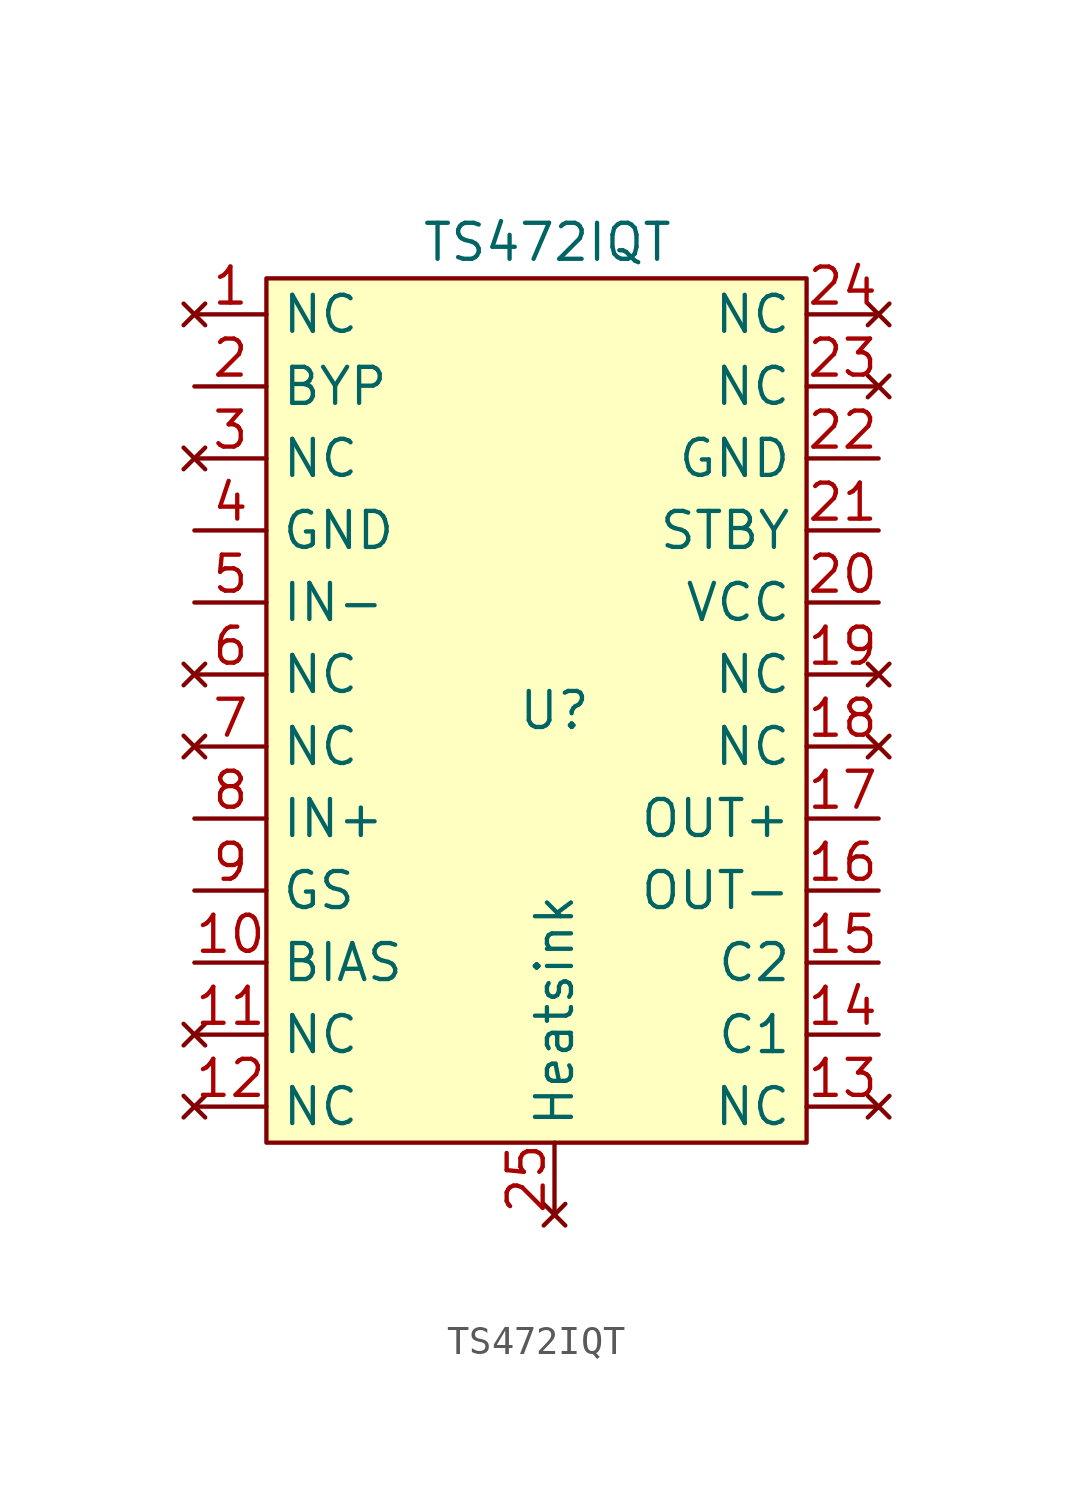
<source format=kicad_sym>
(kicad_symbol_lib
  (version 20231120)
  (generator "kicad_symbol_editor")
  (generator_version "8.0")
  (symbol "TS472IQT"
    (property "Reference" "U"
      (at 0 0 0)
      (effects (font (size 1.27 1.27))))
    (property "Value" "TS472IQT"
      (at -0.254 16.51 0)
      (effects (font (size 1.27 1.27))))
    (symbol "TS472IQT_1_1"
      (rectangle (start -10.16 15.24) (end 8.89 -15.24) (stroke (width 0) (type default)) (fill (type background)))
      (pin no_connect line (at -12.7 13.97 0) (length 2.54) (name "NC" (effects (font (size 1.27 1.27)))) (number "1" (effects (font (size 1.27 1.27)))))
      (pin input line (at -12.7 -8.89 0) (length 2.54) (name "BIAS" (effects (font (size 1.27 1.27)))) (number "10" (effects (font (size 1.27 1.27)))))
      (pin no_connect line (at -12.7 -11.43 0) (length 2.54) (name "NC" (effects (font (size 1.27 1.27)))) (number "11" (effects (font (size 1.27 1.27)))))
      (pin no_connect line (at -12.7 -13.97 0) (length 2.54) (name "NC" (effects (font (size 1.27 1.27)))) (number "12" (effects (font (size 1.27 1.27)))))
      (pin no_connect line (at 11.43 -13.97 180) (length 2.54) (name "NC" (effects (font (size 1.27 1.27)))) (number "13" (effects (font (size 1.27 1.27)))))
      (pin passive line (at 11.43 -11.43 180) (length 2.54) (name "C1" (effects (font (size 1.27 1.27)))) (number "14" (effects (font (size 1.27 1.27)))))
      (pin passive line (at 11.43 -8.89 180) (length 2.54) (name "C2" (effects (font (size 1.27 1.27)))) (number "15" (effects (font (size 1.27 1.27)))))
      (pin output line (at 11.43 -6.35 180) (length 2.54) (name "OUT-" (effects (font (size 1.27 1.27)))) (number "16" (effects (font (size 1.27 1.27)))))
      (pin output line (at 11.43 -3.81 180) (length 2.54) (name "OUT+" (effects (font (size 1.27 1.27)))) (number "17" (effects (font (size 1.27 1.27)))))
      (pin no_connect line (at 11.43 -1.27 180) (length 2.54) (name "NC" (effects (font (size 1.27 1.27)))) (number "18" (effects (font (size 1.27 1.27)))))
      (pin no_connect line (at 11.43 1.27 180) (length 2.54) (name "NC" (effects (font (size 1.27 1.27)))) (number "19" (effects (font (size 1.27 1.27)))))
      (pin power_out line (at -12.7 11.43 0) (length 2.54) (name "BYP" (effects (font (size 1.27 1.27)))) (number "2" (effects (font (size 1.27 1.27)))))
      (pin power_in line (at 11.43 3.81 180) (length 2.54) (name "VCC" (effects (font (size 1.27 1.27)))) (number "20" (effects (font (size 1.27 1.27)))))
      (pin input line (at 11.43 6.35 180) (length 2.54) (name "STBY" (effects (font (size 1.27 1.27)))) (number "21" (effects (font (size 1.27 1.27)))))
      (pin power_in line (at 11.43 8.89 180) (length 2.54) (name "GND" (effects (font (size 1.27 1.27)))) (number "22" (effects (font (size 1.27 1.27)))))
      (pin no_connect line (at 11.43 11.43 180) (length 2.54) (name "NC" (effects (font (size 1.27 1.27)))) (number "23" (effects (font (size 1.27 1.27)))))
      (pin no_connect line (at 11.43 13.97 180) (length 2.54) (name "NC" (effects (font (size 1.27 1.27)))) (number "24" (effects (font (size 1.27 1.27)))))
      (pin no_connect line (at 0 -17.78 90) (length 2.54) (name "Heatsink" (effects (font (size 1.27 1.27)))) (number "25" (effects (font (size 1.27 1.27)))))
      (pin no_connect line (at -12.7 8.89 0) (length 2.54) (name "NC" (effects (font (size 1.27 1.27)))) (number "3" (effects (font (size 1.27 1.27)))))
      (pin power_in line (at -12.7 6.35 0) (length 2.54) (name "GND" (effects (font (size 1.27 1.27)))) (number "4" (effects (font (size 1.27 1.27)))))
      (pin input line (at -12.7 3.81 0) (length 2.54) (name "IN-" (effects (font (size 1.27 1.27)))) (number "5" (effects (font (size 1.27 1.27)))))
      (pin no_connect line (at -12.7 1.27 0) (length 2.54) (name "NC" (effects (font (size 1.27 1.27)))) (number "6" (effects (font (size 1.27 1.27)))))
      (pin no_connect line (at -12.7 -1.27 0) (length 2.54) (name "NC" (effects (font (size 1.27 1.27)))) (number "7" (effects (font (size 1.27 1.27)))))
      (pin input line (at -12.7 -3.81 0) (length 2.54) (name "IN+" (effects (font (size 1.27 1.27)))) (number "8" (effects (font (size 1.27 1.27)))))
      (pin input line (at -12.7 -6.35 0) (length 2.54) (name "GS" (effects (font (size 1.27 1.27)))) (number "9" (effects (font (size 1.27 1.27))))))))
</source>
